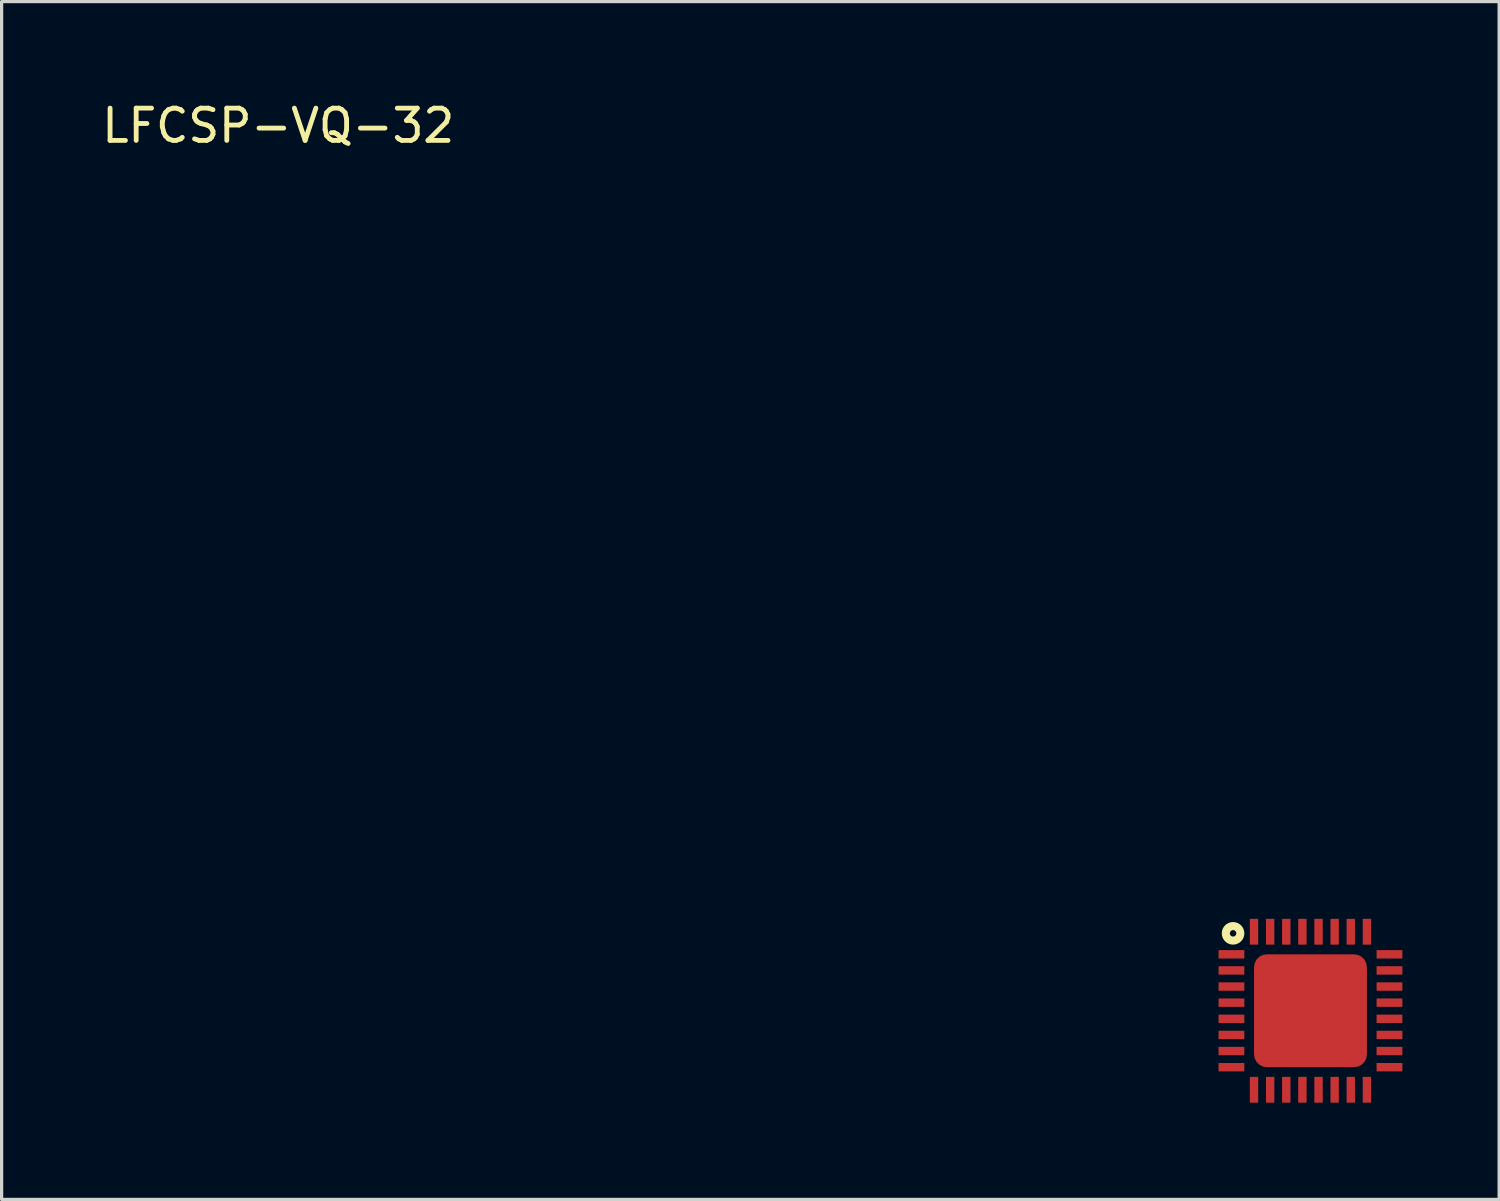
<source format=kicad_pcb>
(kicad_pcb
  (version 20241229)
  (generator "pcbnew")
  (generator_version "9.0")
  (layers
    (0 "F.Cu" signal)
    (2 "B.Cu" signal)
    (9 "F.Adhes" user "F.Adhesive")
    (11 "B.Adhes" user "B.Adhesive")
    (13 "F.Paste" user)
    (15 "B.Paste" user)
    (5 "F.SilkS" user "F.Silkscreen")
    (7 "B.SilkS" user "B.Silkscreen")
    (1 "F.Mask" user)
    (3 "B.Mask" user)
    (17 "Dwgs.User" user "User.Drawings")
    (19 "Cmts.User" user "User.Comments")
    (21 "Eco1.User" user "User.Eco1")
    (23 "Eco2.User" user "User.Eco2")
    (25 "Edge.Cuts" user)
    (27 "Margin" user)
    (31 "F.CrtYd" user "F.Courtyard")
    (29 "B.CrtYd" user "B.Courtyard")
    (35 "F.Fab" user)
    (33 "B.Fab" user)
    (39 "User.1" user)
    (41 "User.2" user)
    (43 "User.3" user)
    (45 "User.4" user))
  (footprint "LFCSP-VQ-32"
    (layer "F.Cu")
    (at 37.581 28.288)
    (property "Reference" "LFCSP-VQ-32" (at -32.004 -27.44 0) (layer "F.SilkS") (effects (font (size 1 1) (thickness 0.15))))
    (attr through_hole)
    (fp_circle (center -2.4 -2.4) (end -2.3 -2.4) (stroke (width 0.25) (type solid)) (fill no) (layer "F.SilkS"))
    (pad "1" smd rect (at -2.25 -1.75 270) (size 0.26 0.8) (drill (offset 0 0.2)) (layers "F.Cu" "F.Mask" "F.Paste"))
    (pad "2" smd rect (at -2.25 -1.25 270) (size 0.26 0.8) (drill (offset 0 0.2)) (layers "F.Cu" "F.Mask" "F.Paste"))
    (pad "3" smd rect (at -2.25 -0.75 270) (size 0.26 0.8) (drill (offset 0 0.2)) (layers "F.Cu" "F.Mask" "F.Paste"))
    (pad "4" smd rect (at -2.25 -0.25 270) (size 0.26 0.8) (drill (offset 0 0.2)) (layers "F.Cu" "F.Mask" "F.Paste"))
    (pad "5" smd rect (at -2.25 0.25 270) (size 0.26 0.8) (drill (offset 0 0.2)) (layers "F.Cu" "F.Mask" "F.Paste"))
    (pad "6" smd rect (at -2.25 0.75 270) (size 0.26 0.8) (drill (offset 0 0.2)) (layers "F.Cu" "F.Mask" "F.Paste"))
    (pad "7" smd rect (at -2.25 1.25 270) (size 0.26 0.8) (drill (offset 0 0.2)) (layers "F.Cu" "F.Mask" "F.Paste"))
    (pad "8" smd rect (at -2.25 1.75 270) (size 0.26 0.8) (drill (offset 0 0.2)) (layers "F.Cu" "F.Mask" "F.Paste"))
    (pad "9" smd rect (at -1.75 2.25) (size 0.26 0.8) (drill (offset 0 0.2)) (layers "F.Cu" "F.Mask" "F.Paste"))
    (pad "10" smd rect (at -1.25 2.25) (size 0.26 0.8) (drill (offset 0 0.2)) (layers "F.Cu" "F.Mask" "F.Paste"))
    (pad "11" smd rect (at -0.75 2.25) (size 0.26 0.8) (drill (offset 0 0.2)) (layers "F.Cu" "F.Mask" "F.Paste"))
    (pad "12" smd rect (at -0.25 2.25) (size 0.26 0.8) (drill (offset 0 0.2)) (layers "F.Cu" "F.Mask" "F.Paste"))
    (pad "13" smd rect (at 0.25 2.25) (size 0.26 0.8) (drill (offset 0 0.2)) (layers "F.Cu" "F.Mask" "F.Paste"))
    (pad "14" smd rect (at 0.75 2.25) (size 0.26 0.8) (drill (offset 0 0.2)) (layers "F.Cu" "F.Mask" "F.Paste"))
    (pad "15" smd rect (at 1.25 2.25) (size 0.26 0.8) (drill (offset 0 0.2)) (layers "F.Cu" "F.Mask" "F.Paste"))
    (pad "16" smd rect (at 1.75 2.25) (size 0.26 0.8) (drill (offset 0 0.2)) (layers "F.Cu" "F.Mask" "F.Paste"))
    (pad "17" smd rect (at 2.25 1.75 90) (size 0.26 0.8) (drill (offset 0 0.2)) (layers "F.Cu" "F.Mask" "F.Paste"))
    (pad "18" smd rect (at 2.25 1.25 90) (size 0.26 0.8) (drill (offset 0 0.2)) (layers "F.Cu" "F.Mask" "F.Paste"))
    (pad "19" smd rect (at 2.25 0.75 90) (size 0.26 0.8) (drill (offset 0 0.2)) (layers "F.Cu" "F.Mask" "F.Paste"))
    (pad "20" smd rect (at 2.25 0.25 90) (size 0.26 0.8) (drill (offset 0 0.2)) (layers "F.Cu" "F.Mask" "F.Paste"))
    (pad "21" smd rect (at 2.25 -0.25 90) (size 0.26 0.8) (drill (offset 0 0.2)) (layers "F.Cu" "F.Mask" "F.Paste"))
    (pad "22" smd rect (at 2.25 -0.75 90) (size 0.26 0.8) (drill (offset 0 0.2)) (layers "F.Cu" "F.Mask" "F.Paste"))
    (pad "23" smd rect (at 2.25 -1.25 90) (size 0.26 0.8) (drill (offset 0 0.2)) (layers "F.Cu" "F.Mask" "F.Paste"))
    (pad "24" smd rect (at 2.25 -1.75 90) (size 0.26 0.8) (drill (offset 0 0.2)) (layers "F.Cu" "F.Mask" "F.Paste"))
    (pad "25" smd rect (at 1.75 -2.25 180) (size 0.26 0.8) (drill (offset 0 0.2)) (layers "F.Cu" "F.Mask" "F.Paste"))
    (pad "26" smd rect (at 1.25 -2.25 180) (size 0.26 0.8) (drill (offset 0 0.2)) (layers "F.Cu" "F.Mask" "F.Paste"))
    (pad "27" smd rect (at 0.75 -2.25 180) (size 0.26 0.8) (drill (offset 0 0.2)) (layers "F.Cu" "F.Mask" "F.Paste"))
    (pad "28" smd rect (at 0.25 -2.25 180) (size 0.26 0.8) (drill (offset 0 0.2)) (layers "F.Cu" "F.Mask" "F.Paste"))
    (pad "29" smd rect (at -0.25 -2.25 180) (size 0.26 0.8) (drill (offset 0 0.2)) (layers "F.Cu" "F.Mask" "F.Paste"))
    (pad "30" smd rect (at -0.75 -2.25 180) (size 0.26 0.8) (drill (offset 0 0.2)) (layers "F.Cu" "F.Mask" "F.Paste"))
    (pad "31" smd rect (at -1.25 -2.25 180) (size 0.26 0.8) (drill (offset 0 0.2)) (layers "F.Cu" "F.Mask" "F.Paste"))
    (pad "32" smd rect (at -1.75 -2.25 180) (size 0.26 0.8) (drill (offset 0 0.2)) (layers "F.Cu" "F.Mask" "F.Paste"))
    (pad "33" smd roundrect (at 0 0 180) (size 3.5 3.5) (layers "F.Cu" "F.Mask" "F.Paste") (roundrect_rratio 0.114)))
  (gr_rect
    (start -3 -3)
    (end 43.431 34.138)
    (stroke (width 0.1) (type default))
    (fill no)
    (layer "Edge.Cuts")))
</source>
